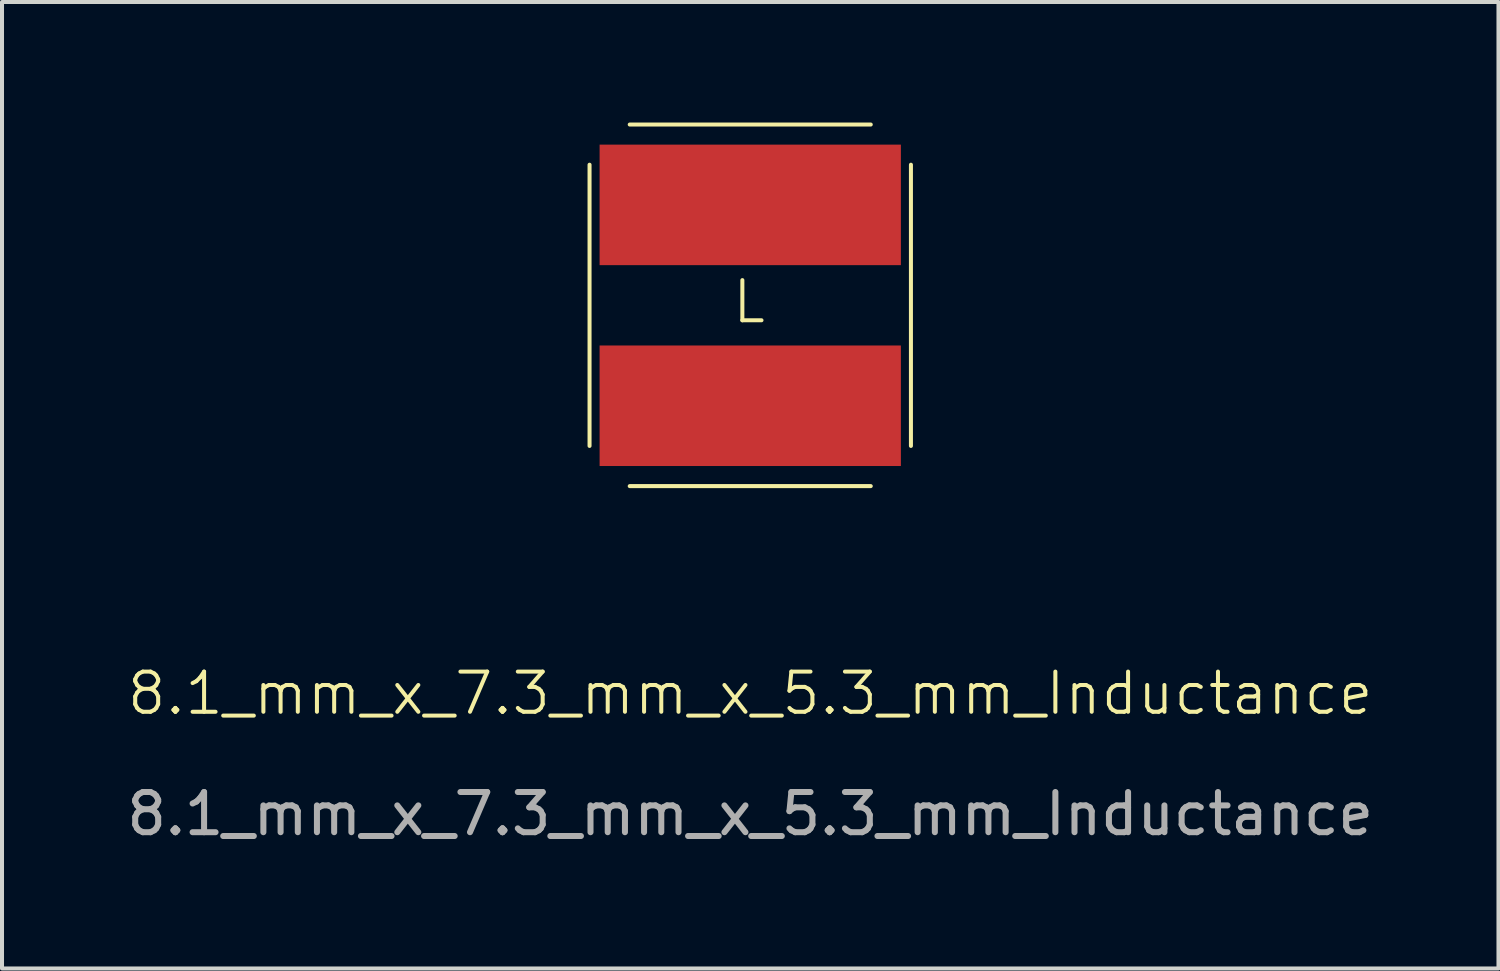
<source format=kicad_pcb>
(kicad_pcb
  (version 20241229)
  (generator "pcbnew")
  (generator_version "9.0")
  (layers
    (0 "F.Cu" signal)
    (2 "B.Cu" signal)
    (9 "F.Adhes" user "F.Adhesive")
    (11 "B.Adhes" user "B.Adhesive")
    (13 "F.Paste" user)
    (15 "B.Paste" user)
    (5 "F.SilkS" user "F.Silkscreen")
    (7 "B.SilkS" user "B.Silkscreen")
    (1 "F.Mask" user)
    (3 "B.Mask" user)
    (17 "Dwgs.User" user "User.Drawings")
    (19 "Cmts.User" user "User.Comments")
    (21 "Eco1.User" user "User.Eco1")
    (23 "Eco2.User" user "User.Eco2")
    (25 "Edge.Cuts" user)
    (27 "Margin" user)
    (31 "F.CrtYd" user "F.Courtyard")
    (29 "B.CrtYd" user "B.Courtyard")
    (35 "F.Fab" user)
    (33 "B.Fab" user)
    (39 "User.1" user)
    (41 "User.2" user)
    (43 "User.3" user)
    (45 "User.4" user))
  (footprint "8.1_mm_x_7.3_mm_x_5.3_mm_Inductance"
    (layer "F.Cu")
    (at 15.625 4.05)
    (property "Reference" "8.1_mm_x_7.3_mm_x_5.3_mm_Inductance" (at 0 10.16 0) (unlocked yes) (layer "F.SilkS") (effects (font (size 1 1) (thickness 0.1))))
    (attr smd)
    (fp_line (start -4 -3) (end -4 4) (stroke (width 0.1) (type default)) (layer "F.SilkS"))
    (fp_line (start -3 -4) (end 3 -4) (stroke (width 0.1) (type default)) (layer "F.SilkS"))
    (fp_line (start 3 5) (end -3 5) (stroke (width 0.1) (type default)) (layer "F.SilkS"))
    (fp_line (start 4 -3) (end 4 4) (stroke (width 0.1) (type default)) (layer "F.SilkS"))
    (fp_text user "L" (at -0.5 1 0) (unlocked yes) (layer "F.SilkS") (effects (font (size 1 1) (thickness 0.1)) (justify left bottom)))
    (fp_text user "${REFERENCE}" (at 0 13.16 0) (unlocked yes) (layer "F.Fab") (effects (font (size 1 1) (thickness 0.15))))
    (pad "1" smd rect (at 0 -2) (size 7.5 3) (layers "F.Cu" "F.Mask" "F.Paste"))
    (pad "2" smd rect (at 0 3) (size 7.5 3) (layers "F.Cu" "F.Mask" "F.Paste")))
  (gr_rect
    (start -3 -3)
    (end 34.25 21.058)
    (stroke (width 0.1) (type default))
    (fill no)
    (layer "Edge.Cuts")))
</source>
